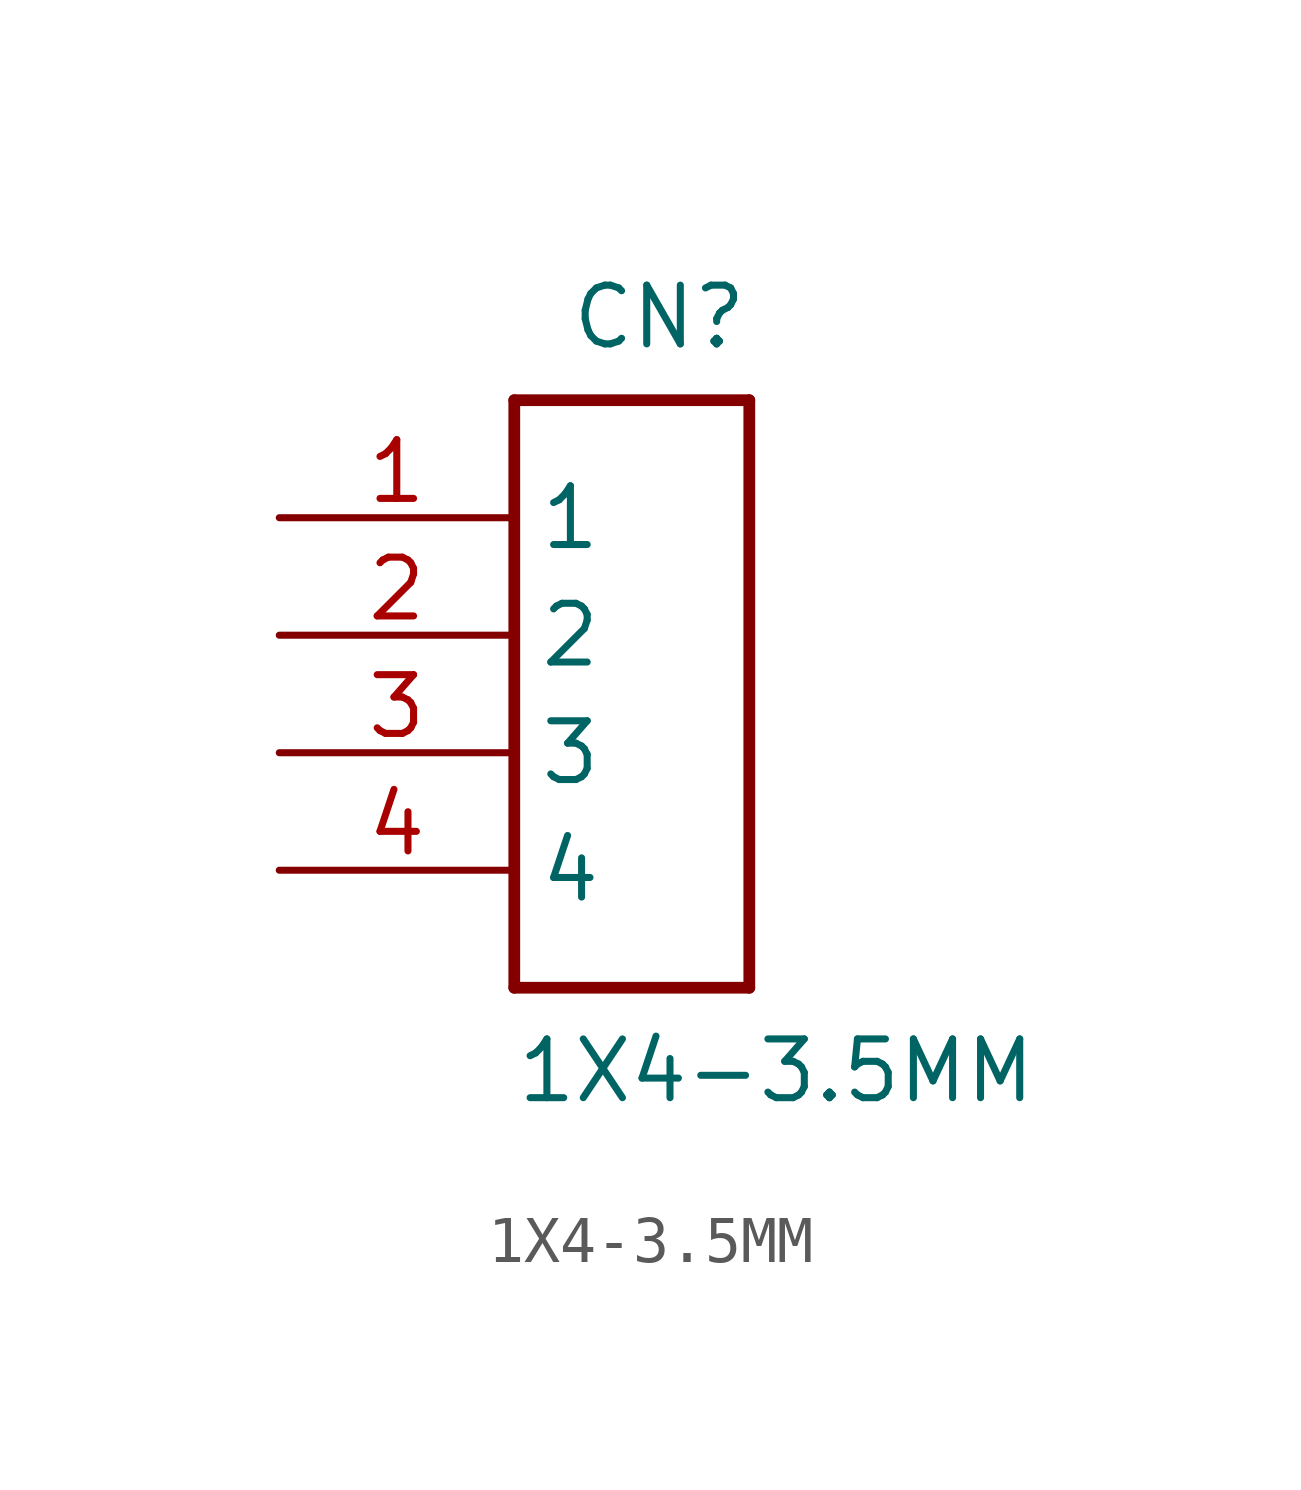
<source format=kicad_sym>
(kicad_symbol_lib
  (version 20211014)
  (generator kicad_symbol_editor)
  (symbol "1X4-3.5MM"
    (property "Reference" "CN"
      (at 5.08 7.62 0)
      (effects (font (size 1.27 1.27)) (justify right top)))
    (property "Value" "1X4-3.5MM"
      (at 0 -10.16 0)
      (effects (font (size 1.27 1.27)) (justify left bottom)))
    (property "ki_locked" ""
      (at 0 0 0)
      (effects (font (size 1.27 1.27))))
    (symbol "1X4-3.5MM_1_0"
      (polyline (pts (xy 0 -7.62) (xy 0 5.08)) (stroke (width 0.254) (type default) (color 0 0 0 0)) (fill (type none)))
      (polyline (pts (xy 0 5.08) (xy 5.08 5.08)) (stroke (width 0.254) (type default) (color 0 0 0 0)) (fill (type none)))
      (polyline (pts (xy 5.08 -7.62) (xy 0 -7.62)) (stroke (width 0.254) (type default) (color 0 0 0 0)) (fill (type none)))
      (polyline (pts (xy 5.08 5.08) (xy 5.08 -7.62)) (stroke (width 0.254) (type default) (color 0 0 0 0)) (fill (type none)))
      (pin bidirectional line (at -5.08 2.54 0) (length 5.08) (name "1" (effects (font (size 1.27 1.27)))) (number "1" (effects (font (size 1.27 1.27)))))
      (pin bidirectional line (at -5.08 0 0) (length 5.08) (name "2" (effects (font (size 1.27 1.27)))) (number "2" (effects (font (size 1.27 1.27)))))
      (pin bidirectional line (at -5.08 -2.54 0) (length 5.08) (name "3" (effects (font (size 1.27 1.27)))) (number "3" (effects (font (size 1.27 1.27)))))
      (pin bidirectional line (at -5.08 -5.08 0) (length 5.08) (name "4" (effects (font (size 1.27 1.27)))) (number "4" (effects (font (size 1.27 1.27))))))))
</source>
